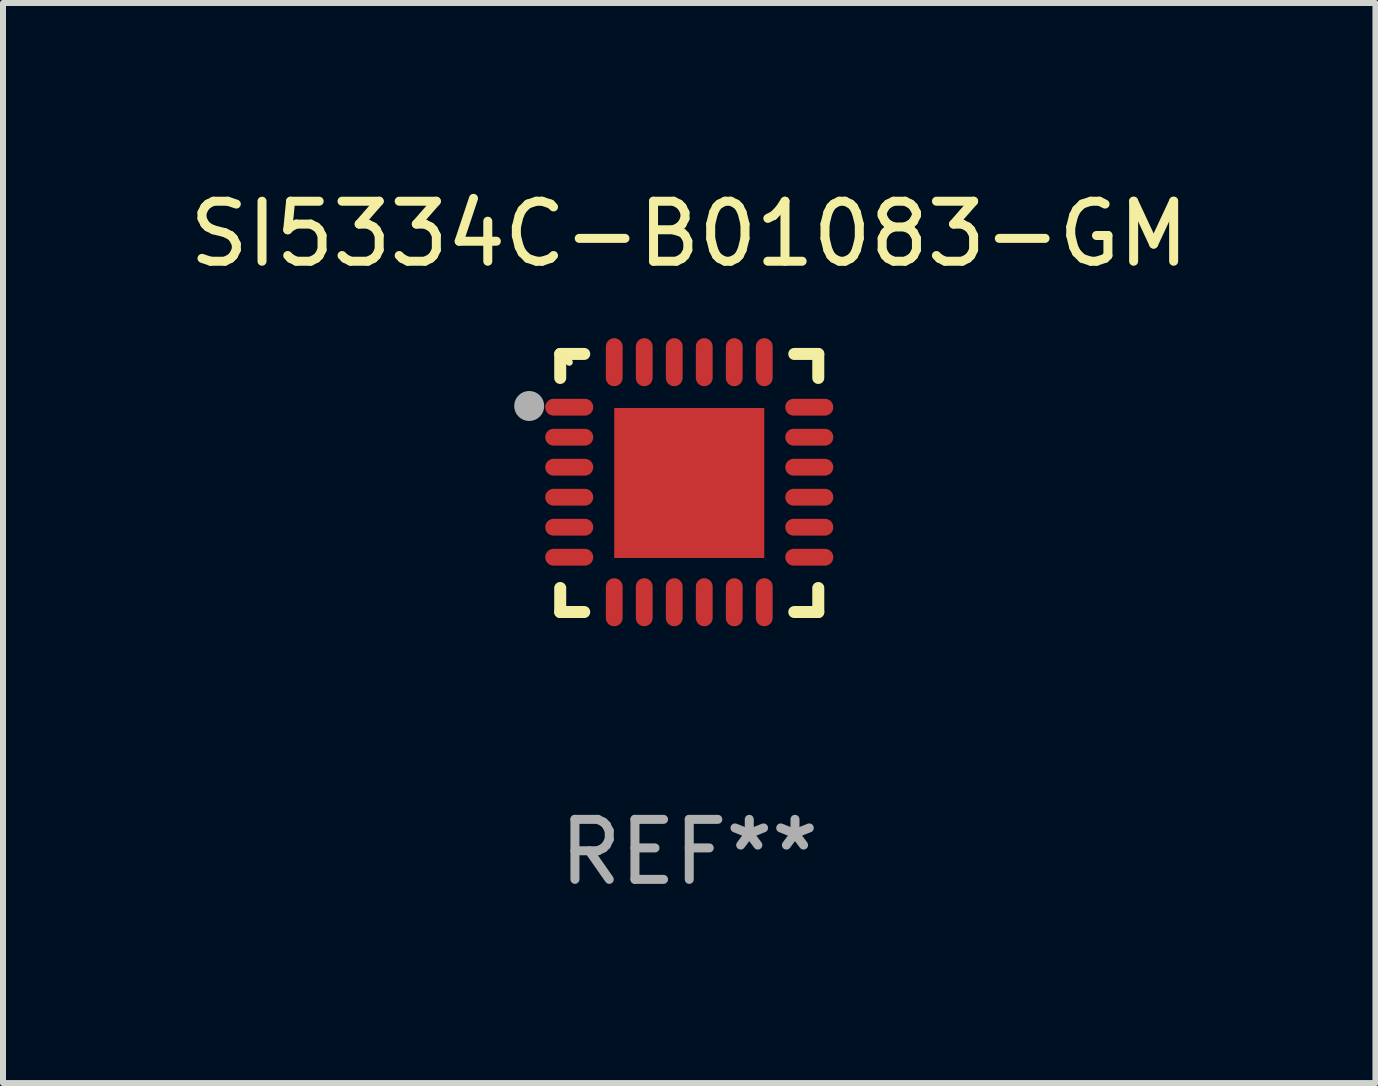
<source format=kicad_pcb>
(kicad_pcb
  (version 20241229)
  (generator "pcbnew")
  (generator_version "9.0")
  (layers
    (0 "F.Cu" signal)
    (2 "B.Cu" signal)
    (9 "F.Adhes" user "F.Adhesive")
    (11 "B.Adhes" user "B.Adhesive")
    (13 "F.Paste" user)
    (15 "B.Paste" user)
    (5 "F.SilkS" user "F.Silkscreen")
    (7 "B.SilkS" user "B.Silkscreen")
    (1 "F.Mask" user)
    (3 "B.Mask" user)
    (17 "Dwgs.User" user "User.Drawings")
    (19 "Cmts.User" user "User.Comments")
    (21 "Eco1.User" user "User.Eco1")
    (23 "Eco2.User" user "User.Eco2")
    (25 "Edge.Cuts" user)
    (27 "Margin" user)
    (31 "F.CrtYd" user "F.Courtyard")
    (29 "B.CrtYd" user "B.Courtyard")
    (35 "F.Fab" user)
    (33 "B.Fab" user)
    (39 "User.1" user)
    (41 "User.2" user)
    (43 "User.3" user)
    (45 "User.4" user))
  (footprint "SI5334C-B01083-GM"
    (layer "F.Cu")
    (at 8.435 4.998)
    (property "Reference" "SI5334C-B01083-GM" (at 0 -4.15 0) (layer "F.SilkS") (effects (font (size 1 1) (thickness 0.15))))
    (attr through_hole)
    (fp_line (start -2.15 -2.15) (end -1.75 -2.15) (stroke (width 0.2) (type solid)) (layer "F.SilkS"))
    (fp_line (start -2.15 -1.75) (end -2.15 -2.15) (stroke (width 0.2) (type solid)) (layer "F.SilkS"))
    (fp_line (start -2.15 2.15) (end -2.15 1.75) (stroke (width 0.2) (type solid)) (layer "F.SilkS"))
    (fp_line (start -1.75 2.15) (end -2.15 2.15) (stroke (width 0.2) (type solid)) (layer "F.SilkS"))
    (fp_line (start 1.75 -2.15) (end 2.15 -2.15) (stroke (width 0.2) (type solid)) (layer "F.SilkS"))
    (fp_line (start 1.75 2.15) (end 2.15 2.15) (stroke (width 0.2) (type solid)) (layer "F.SilkS"))
    (fp_line (start 2.15 -2.15) (end 2.15 -1.75) (stroke (width 0.2) (type solid)) (layer "F.SilkS"))
    (fp_line (start 2.15 2.15) (end 2.15 1.75) (stroke (width 0.2) (type solid)) (layer "F.SilkS"))
    (fp_circle (center -2 -2.013) (end -1.97 -2.013) (stroke (width 0.06) (type solid)) (fill no) (layer "F.SilkS"))
    (fp_circle (center -2.667 -1.283) (end -2.542 -1.283) (stroke (width 0.25) (type solid)) (fill no) (layer "F.Fab"))
    (fp_text user "REF**" (at 0 6.15 0) (layer "F.Fab") (effects (font (size 1 1) (thickness 0.15))))
    (pad "1" smd oval (at -2 -1.263) (size 0.8 0.28) (layers "F.Cu" "F.Mask" "F.Paste"))
    (pad "2" smd oval (at -2 -0.763) (size 0.8 0.28) (layers "F.Cu" "F.Mask" "F.Paste"))
    (pad "3" smd oval (at -2 -0.263) (size 0.8 0.28) (layers "F.Cu" "F.Mask" "F.Paste"))
    (pad "4" smd oval (at -2 0.237) (size 0.8 0.28) (layers "F.Cu" "F.Mask" "F.Paste"))
    (pad "5" smd oval (at -2 0.737) (size 0.8 0.28) (layers "F.Cu" "F.Mask" "F.Paste"))
    (pad "6" smd oval (at -2 1.237) (size 0.8 0.28) (layers "F.Cu" "F.Mask" "F.Paste"))
    (pad "7" smd oval (at -1.25 1.987) (size 0.28 0.8) (layers "F.Cu" "F.Mask" "F.Paste"))
    (pad "8" smd oval (at -0.75 1.987) (size 0.28 0.8) (layers "F.Cu" "F.Mask" "F.Paste"))
    (pad "9" smd oval (at -0.25 1.987) (size 0.28 0.8) (layers "F.Cu" "F.Mask" "F.Paste"))
    (pad "10" smd oval (at 0.25 1.987) (size 0.28 0.8) (layers "F.Cu" "F.Mask" "F.Paste"))
    (pad "11" smd oval (at 0.75 1.987) (size 0.28 0.8) (layers "F.Cu" "F.Mask" "F.Paste"))
    (pad "12" smd oval (at 1.25 1.987) (size 0.28 0.8) (layers "F.Cu" "F.Mask" "F.Paste"))
    (pad "13" smd oval (at 2 1.237) (size 0.8 0.28) (layers "F.Cu" "F.Mask" "F.Paste"))
    (pad "14" smd oval (at 2 0.737) (size 0.8 0.28) (layers "F.Cu" "F.Mask" "F.Paste"))
    (pad "15" smd oval (at 2 0.237) (size 0.8 0.28) (layers "F.Cu" "F.Mask" "F.Paste"))
    (pad "16" smd oval (at 2 -0.263) (size 0.8 0.28) (layers "F.Cu" "F.Mask" "F.Paste"))
    (pad "17" smd oval (at 2 -0.763) (size 0.8 0.28) (layers "F.Cu" "F.Mask" "F.Paste"))
    (pad "18" smd oval (at 2 -1.263) (size 0.8 0.28) (layers "F.Cu" "F.Mask" "F.Paste"))
    (pad "19" smd oval (at 1.25 -2.013) (size 0.28 0.8) (layers "F.Cu" "F.Mask" "F.Paste"))
    (pad "20" smd oval (at 0.75 -2.013) (size 0.28 0.8) (layers "F.Cu" "F.Mask" "F.Paste"))
    (pad "21" smd oval (at 0.25 -2.013) (size 0.28 0.8) (layers "F.Cu" "F.Mask" "F.Paste"))
    (pad "22" smd oval (at -0.25 -2.013) (size 0.28 0.8) (layers "F.Cu" "F.Mask" "F.Paste"))
    (pad "23" smd oval (at -0.75 -2.013) (size 0.28 0.8) (layers "F.Cu" "F.Mask" "F.Paste"))
    (pad "24" smd oval (at -1.25 -2.013) (size 0.28 0.8) (layers "F.Cu" "F.Mask" "F.Paste"))
    (pad "25" smd rect (at -0.000127 -0.00014) (size 2.5 2.5) (layers "F.Cu" "F.Mask" "F.Paste")))
  (gr_rect
    (start -3 -3)
    (end 19.869 14.997)
    (stroke (width 0.1) (type default))
    (fill no)
    (layer "Edge.Cuts")))
</source>
